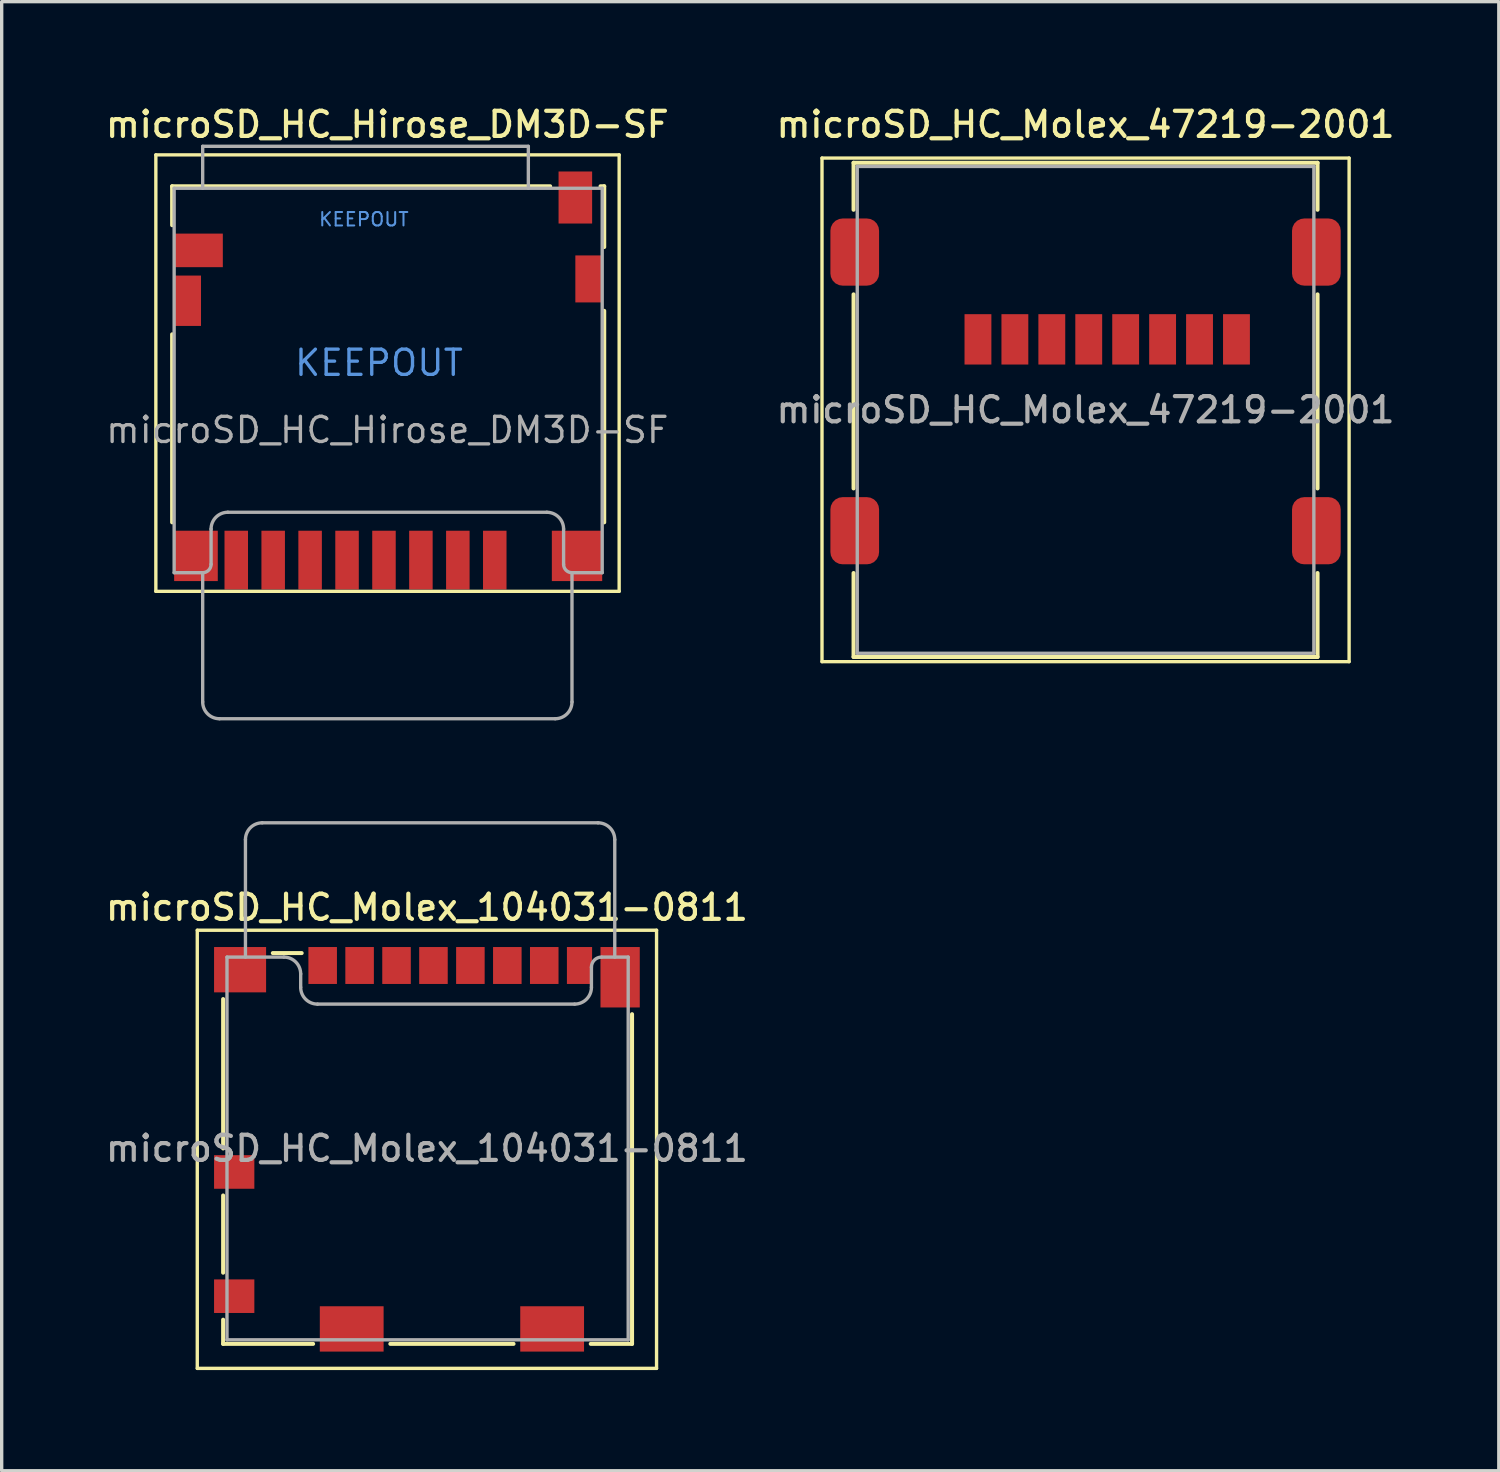
<source format=kicad_pcb>
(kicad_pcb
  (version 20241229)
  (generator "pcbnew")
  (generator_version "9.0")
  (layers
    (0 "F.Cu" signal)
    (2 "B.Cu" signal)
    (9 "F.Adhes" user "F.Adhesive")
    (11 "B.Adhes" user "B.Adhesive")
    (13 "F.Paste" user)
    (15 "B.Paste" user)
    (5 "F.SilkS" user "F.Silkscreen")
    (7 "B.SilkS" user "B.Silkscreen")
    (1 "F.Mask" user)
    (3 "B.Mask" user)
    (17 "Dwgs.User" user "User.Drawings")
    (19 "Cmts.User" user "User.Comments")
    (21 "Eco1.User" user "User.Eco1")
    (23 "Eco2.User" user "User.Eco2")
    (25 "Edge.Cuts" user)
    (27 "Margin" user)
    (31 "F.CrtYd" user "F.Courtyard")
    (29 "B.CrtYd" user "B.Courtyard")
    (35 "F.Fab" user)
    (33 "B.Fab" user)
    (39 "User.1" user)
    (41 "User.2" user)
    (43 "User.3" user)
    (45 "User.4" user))
  (footprint "microSD_HC_Hirose_DM3D-SF"
    (layer "F.Cu")
    (at 8.512 8.283)
    (property "Reference" "microSD_HC_Hirose_DM3D-SF" (at -0.025 -7.625 0) (layer "F.SilkS") (effects (font (size 0.75 0.75) (thickness 0.125))))
    (attr smd)
    (fp_line (start -6.92 -6.72) (end 6.88 -6.72) (stroke (width 0.1) (type solid)) (layer "F.SilkS"))
    (fp_line (start -6.92 6.28) (end -6.92 -6.72) (stroke (width 0.1) (type solid)) (layer "F.SilkS"))
    (fp_line (start -6.435 -5.785) (end 4.825 -5.785) (stroke (width 0.12) (type solid)) (layer "F.SilkS"))
    (fp_line (start -6.435 -4.625) (end -6.435 -5.785) (stroke (width 0.12) (type solid)) (layer "F.SilkS"))
    (fp_line (start -6.435 -1.375) (end -6.435 4.225) (stroke (width 0.12) (type solid)) (layer "F.SilkS"))
    (fp_line (start 6.325 -5.785) (end 6.435 -5.785) (stroke (width 0.12) (type solid)) (layer "F.SilkS"))
    (fp_line (start 6.435 -5.785) (end 6.435 -3.975) (stroke (width 0.12) (type solid)) (layer "F.SilkS"))
    (fp_line (start 6.435 -2.075) (end 6.435 4.225) (stroke (width 0.12) (type solid)) (layer "F.SilkS"))
    (fp_line (start 6.88 -6.72) (end 6.88 6.28) (stroke (width 0.1) (type solid)) (layer "F.SilkS"))
    (fp_line (start 6.88 6.28) (end -6.92 6.28) (stroke (width 0.1) (type solid)) (layer "F.SilkS"))
    (fp_line (start -6.375 -5.725) (end 6.375 -5.725) (stroke (width 0.1) (type solid)) (layer "F.Fab"))
    (fp_line (start -6.375 5.725) (end -6.375 -5.725) (stroke (width 0.1) (type solid)) (layer "F.Fab"))
    (fp_line (start -6.375 5.725) (end -5.525 5.725) (stroke (width 0.1) (type solid)) (layer "F.Fab"))
    (fp_line (start -5.525 -6.975) (end 4.175 -6.975) (stroke (width 0.1) (type solid)) (layer "F.Fab"))
    (fp_line (start -5.525 -5.725) (end -5.525 -6.975) (stroke (width 0.1) (type solid)) (layer "F.Fab"))
    (fp_line (start -5.525 5.725) (end -5.525 9.575) (stroke (width 0.1) (type solid)) (layer "F.Fab"))
    (fp_line (start -5.275 5.475) (end -5.275 4.425) (stroke (width 0.1) (type solid)) (layer "F.Fab"))
    (fp_line (start -5.025 10.075) (end 4.975 10.075) (stroke (width 0.1) (type solid)) (layer "F.Fab"))
    (fp_line (start -4.775 3.925) (end 4.725 3.925) (stroke (width 0.1) (type solid)) (layer "F.Fab"))
    (fp_line (start 4.175 -5.725) (end 4.175 -6.975) (stroke (width 0.1) (type solid)) (layer "F.Fab"))
    (fp_line (start 5.225 5.475) (end 5.225 4.425) (stroke (width 0.1) (type solid)) (layer "F.Fab"))
    (fp_line (start 5.475 5.725) (end 6.375 5.725) (stroke (width 0.1) (type solid)) (layer "F.Fab"))
    (fp_line (start 5.475 9.575) (end 5.475 5.725) (stroke (width 0.1) (type solid)) (layer "F.Fab"))
    (fp_line (start 6.375 5.725) (end 6.375 -5.725) (stroke (width 0.1) (type solid)) (layer "F.Fab"))
    (fp_arc (start -5.275 4.425) (mid -5.128553 4.071447) (end -4.775 3.925) (stroke (width 0.1) (type solid)) (layer "F.Fab"))
    (fp_arc (start -5.275 5.475) (mid -5.348223 5.651777) (end -5.525 5.725) (stroke (width 0.1) (type solid)) (layer "F.Fab"))
    (fp_arc (start -5.025 10.075) (mid -5.378553 9.928553) (end -5.525 9.575) (stroke (width 0.1) (type solid)) (layer "F.Fab"))
    (fp_arc (start 4.725 3.925) (mid 5.078553 4.071447) (end 5.225 4.425) (stroke (width 0.1) (type solid)) (layer "F.Fab"))
    (fp_arc (start 5.475 5.725) (mid 5.298223 5.651777) (end 5.225 5.475) (stroke (width 0.1) (type solid)) (layer "F.Fab"))
    (fp_arc (start 5.475 9.575) (mid 5.328553 9.928553) (end 4.975 10.075) (stroke (width 0.1) (type solid)) (layer "F.Fab"))
    (fp_text user "KEEPOUT" (at -0.275 -0.525 0) (layer "Cmts.User") (effects (font (size 0.75 0.75) (thickness 0.1))))
    (fp_text user "KEEPOUT" (at -0.725 -4.8 0) (layer "Cmts.User") (effects (font (size 0.4 0.4) (thickness 0.06))))
    (fp_text user "${REFERENCE}" (at -0.025 1.475 0) (layer "F.Fab") (effects (font (size 0.75 0.75) (thickness 0.1))))
    (pad "1" smd rect (at 3.175 5.35) (size 0.7 1.75) (layers "F.Cu" "F.Mask" "F.Paste"))
    (pad "2" smd rect (at 2.075 5.35) (size 0.7 1.75) (layers "F.Cu" "F.Mask" "F.Paste"))
    (pad "3" smd rect (at 0.975 5.35) (size 0.7 1.75) (layers "F.Cu" "F.Mask" "F.Paste"))
    (pad "4" smd rect (at -0.125 5.35) (size 0.7 1.75) (layers "F.Cu" "F.Mask" "F.Paste"))
    (pad "5" smd rect (at -1.225 5.35) (size 0.7 1.75) (layers "F.Cu" "F.Mask" "F.Paste"))
    (pad "6" smd rect (at -2.325 5.35) (size 0.7 1.75) (layers "F.Cu" "F.Mask" "F.Paste"))
    (pad "7" smd rect (at -3.425 5.35) (size 0.7 1.75) (layers "F.Cu" "F.Mask" "F.Paste"))
    (pad "8" smd rect (at -4.525 5.35) (size 0.7 1.75) (layers "F.Cu" "F.Mask" "F.Paste"))
    (pad "9" smd rect (at -5.65 -3.875) (size 1.45 1) (layers "F.Cu" "F.Mask" "F.Paste"))
    (pad "10" smd rect (at 5.575 -5.45) (size 1 1.55) (layers "F.Cu" "F.Mask" "F.Paste"))
    (pad "11" smd rect (at -5.975 -2.375) (size 0.8 1.5) (layers "F.Cu" "F.Mask" "F.Paste"))
    (pad "11" smd rect (at -5.725 5.225) (size 1.3 1.5) (layers "F.Cu" "F.Mask" "F.Paste"))
    (pad "11" smd rect (at 5.625 5.225) (size 1.5 1.5) (layers "F.Cu" "F.Mask" "F.Paste"))
    (pad "11" smd rect (at 5.975 -3.025) (size 0.8 1.4) (layers "F.Cu" "F.Mask" "F.Paste"))
    (zone (net_name "") (layer "F.Cu") (hatch full 0.508) (connect_pads) (min_thickness 0.254) (filled_areas_thickness no) (keepout (tracks not_allowed) (vias not_allowed) (pads not_allowed) (copperpour not_allowed) (footprints not_allowed)) (placement (enabled no)) (fill) (polygon (pts (xy 3.587 6.758) (xy 12.088 6.758) (xy 12.088 8.758) (xy 3.587 8.758))))
    (zone (net_name "") (layer "F.Cu") (hatch full 0.508) (connect_pads) (min_thickness 0.254) (filled_areas_thickness no) (keepout (tracks not_allowed) (vias not_allowed) (pads not_allowed) (copperpour not_allowed) (footprints not_allowed)) (placement (enabled no)) (fill) (polygon (pts (xy 6.537 4.408) (xy 9.037 4.408) (xy 9.037 2.558) (xy 6.537 2.558)))))
  (footprint "microSD_HC_Molex_104031-0811"
    (layer "F.Cu")
    (at 9.666 31.158)
    (property "Reference" "microSD_HC_Molex_104031-0811" (at 0 -7.18 0) (layer "F.SilkS") (effects (font (size 0.75 0.75) (thickness 0.125))))
    (attr smd)
    (fp_line (start -6.84 -6.5) (end 6.84 -6.5) (stroke (width 0.1) (type solid)) (layer "F.SilkS"))
    (fp_line (start -6.84 6.55) (end -6.84 -6.5) (stroke (width 0.1) (type solid)) (layer "F.SilkS"))
    (fp_line (start -6.07 -4.45) (end -6.07 0) (stroke (width 0.12) (type solid)) (layer "F.SilkS"))
    (fp_line (start -6.07 1.4) (end -6.07 3.7) (stroke (width 0.12) (type solid)) (layer "F.SilkS"))
    (fp_line (start -6.07 5.1) (end -6.07 5.82) (stroke (width 0.12) (type solid)) (layer "F.SilkS"))
    (fp_line (start -6.07 5.82) (end -3.39 5.82) (stroke (width 0.12) (type solid)) (layer "F.SilkS"))
    (fp_line (start -4.59 -5.82) (end -3.73 -5.82) (stroke (width 0.12) (type solid)) (layer "F.SilkS"))
    (fp_line (start -1.09 5.82) (end 2.58 5.82) (stroke (width 0.12) (type solid)) (layer "F.SilkS"))
    (fp_line (start 4.88 5.82) (end 6.11 5.82) (stroke (width 0.12) (type solid)) (layer "F.SilkS"))
    (fp_line (start 6.11 5.82) (end 6.11 -4) (stroke (width 0.12) (type solid)) (layer "F.SilkS"))
    (fp_line (start 6.84 -6.5) (end 6.84 6.55) (stroke (width 0.1) (type solid)) (layer "F.SilkS"))
    (fp_line (start 6.84 6.55) (end -6.84 6.55) (stroke (width 0.1) (type solid)) (layer "F.SilkS"))
    (fp_line (start -5.955 -5.7) (end -5.955 5.7) (stroke (width 0.1) (type solid)) (layer "F.Fab"))
    (fp_line (start -5.955 -5.7) (end -4.26 -5.7) (stroke (width 0.1) (type solid)) (layer "F.Fab"))
    (fp_line (start -5.405 -9.2) (end -5.405 -5.7) (stroke (width 0.1) (type solid)) (layer "F.Fab"))
    (fp_line (start -4.905 -9.7) (end 5.095 -9.7) (stroke (width 0.1) (type solid)) (layer "F.Fab"))
    (fp_line (start -3.76 -4.8) (end -3.76 -5.2) (stroke (width 0.1) (type solid)) (layer "F.Fab"))
    (fp_line (start 4.4 -4.3) (end -3.26 -4.3) (stroke (width 0.1) (type solid)) (layer "F.Fab"))
    (fp_line (start 4.9 -5.4) (end 4.9 -4.8) (stroke (width 0.1) (type solid)) (layer "F.Fab"))
    (fp_line (start 5.595 -5.7) (end 5.595 -9.2) (stroke (width 0.1) (type solid)) (layer "F.Fab"))
    (fp_line (start 5.995 -5.7) (end 5.21 -5.7) (stroke (width 0.1) (type solid)) (layer "F.Fab"))
    (fp_line (start 5.995 5.7) (end -5.955 5.7) (stroke (width 0.1) (type solid)) (layer "F.Fab"))
    (fp_line (start 5.995 5.7) (end 5.995 -5.7) (stroke (width 0.1) (type solid)) (layer "F.Fab"))
    (fp_arc (start -5.405 -9.2) (mid -5.258553 -9.553553) (end -4.905 -9.7) (stroke (width 0.1) (type solid)) (layer "F.Fab"))
    (fp_arc (start -4.26 -5.7) (mid -3.906447 -5.553553) (end -3.76 -5.2) (stroke (width 0.1) (type solid)) (layer "F.Fab"))
    (fp_arc (start -3.26 -4.3) (mid -3.613553 -4.446447) (end -3.76 -4.8) (stroke (width 0.1) (type solid)) (layer "F.Fab"))
    (fp_arc (start 4.9 -5.4) (mid 4.987868 -5.612132) (end 5.2 -5.7) (stroke (width 0.1) (type solid)) (layer "F.Fab"))
    (fp_arc (start 4.9 -4.8) (mid 4.753553 -4.446447) (end 4.4 -4.3) (stroke (width 0.1) (type solid)) (layer "F.Fab"))
    (fp_arc (start 5.095 -9.7) (mid 5.448553 -9.553553) (end 5.595 -9.2) (stroke (width 0.1) (type solid)) (layer "F.Fab"))
    (fp_text user "${REFERENCE}" (at 0 0 0) (layer "F.Fab") (effects (font (size 0.75 0.75) (thickness 0.125))))
    (pad "1" smd rect (at -3.105 -5.45) (size 0.85 1.1) (layers "F.Cu" "F.Mask" "F.Paste"))
    (pad "2" smd rect (at -2.005 -5.45) (size 0.85 1.1) (layers "F.Cu" "F.Mask" "F.Paste"))
    (pad "3" smd rect (at -0.905 -5.45) (size 0.85 1.1) (layers "F.Cu" "F.Mask" "F.Paste"))
    (pad "4" smd rect (at 0.195 -5.45) (size 0.85 1.1) (layers "F.Cu" "F.Mask" "F.Paste"))
    (pad "5" smd rect (at 1.295 -5.45) (size 0.85 1.1) (layers "F.Cu" "F.Mask" "F.Paste"))
    (pad "6" smd rect (at 2.395 -5.45) (size 0.85 1.1) (layers "F.Cu" "F.Mask" "F.Paste"))
    (pad "7" smd rect (at 3.495 -5.45) (size 0.85 1.1) (layers "F.Cu" "F.Mask" "F.Paste"))
    (pad "8" smd rect (at 4.545 -5.45) (size 0.75 1.1) (layers "F.Cu" "F.Mask" "F.Paste"))
    (pad "9" smd rect (at -5.74 0.7) (size 1.2 1) (layers "F.Cu" "F.Mask" "F.Paste"))
    (pad "10" smd rect (at -5.74 4.4) (size 1.2 1) (layers "F.Cu" "F.Mask" "F.Paste"))
    (pad "11" smd rect (at -5.565 -5.325) (size 1.55 1.35) (layers "F.Cu" "F.Mask" "F.Paste"))
    (pad "11" smd rect (at -2.24 5.375) (size 1.9 1.35) (layers "F.Cu" "F.Mask" "F.Paste"))
    (pad "11" smd rect (at 3.73 5.375) (size 1.9 1.35) (layers "F.Cu" "F.Mask" "F.Paste"))
    (pad "11" smd rect (at 5.755 -5.1) (size 1.17 1.8) (layers "F.Cu" "F.Mask" "F.Paste")))
  (footprint "microSD_HC_Molex_47219-2001"
    (layer "F.Cu")
    (at 29.284 9.158)
    (property "Reference" "microSD_HC_Molex_47219-2001" (at 0 -8.5 0) (unlocked yes) (layer "F.SilkS") (effects (font (size 0.75 0.75) (thickness 0.125))))
    (attr smd)
    (fp_line (start -7.85 -7.5) (end -7.85 7.5) (stroke (width 0.1) (type solid)) (layer "F.SilkS"))
    (fp_line (start -7.85 -7.5) (end 7.85 -7.5) (stroke (width 0.1) (type solid)) (layer "F.SilkS"))
    (fp_line (start -7.85 7.5) (end 7.85 7.5) (stroke (width 0.1) (type solid)) (layer "F.SilkS"))
    (fp_line (start -6.91 -7.36) (end -6.91 -5.96) (stroke (width 0.12) (type solid)) (layer "F.SilkS"))
    (fp_line (start -6.91 -7.36) (end 6.91 -7.36) (stroke (width 0.12) (type solid)) (layer "F.SilkS"))
    (fp_line (start -6.91 2.34) (end -6.91 -3.44) (stroke (width 0.12) (type solid)) (layer "F.SilkS"))
    (fp_line (start -6.91 4.86) (end -6.91 7.36) (stroke (width 0.12) (type solid)) (layer "F.SilkS"))
    (fp_line (start -6.91 7.36) (end 6.91 7.36) (stroke (width 0.12) (type solid)) (layer "F.SilkS"))
    (fp_line (start 6.91 -7.36) (end 6.91 -5.96) (stroke (width 0.12) (type solid)) (layer "F.SilkS"))
    (fp_line (start 6.91 -3.44) (end 6.91 2.34) (stroke (width 0.12) (type solid)) (layer "F.SilkS"))
    (fp_line (start 6.91 4.86) (end 6.91 7.36) (stroke (width 0.12) (type solid)) (layer "F.SilkS"))
    (fp_line (start 7.85 -7.5) (end 7.85 7.5) (stroke (width 0.1) (type solid)) (layer "F.SilkS"))
    (fp_line (start -6.8 -7.25) (end 6.8 -7.25) (stroke (width 0.1) (type solid)) (layer "F.Fab"))
    (fp_line (start -6.8 7.25) (end -6.8 -7.25) (stroke (width 0.1) (type solid)) (layer "F.Fab"))
    (fp_line (start -6.8 7.25) (end 6.8 7.25) (stroke (width 0.1) (type solid)) (layer "F.Fab"))
    (fp_line (start 6.8 -7.25) (end 6.8 7.25) (stroke (width 0.1) (type solid)) (layer "F.Fab"))
    (fp_text user "${REFERENCE}" (at 0 0 0) (unlocked yes) (layer "F.Fab") (effects (font (size 0.75 0.75) (thickness 0.125))))
    (pad "1" smd rect (at -3.205 -2.1) (size 0.8 1.5) (layers "F.Cu" "F.Mask" "F.Paste"))
    (pad "2" smd rect (at -2.105 -2.1) (size 0.8 1.5) (layers "F.Cu" "F.Mask" "F.Paste"))
    (pad "3" smd rect (at -1.005 -2.1) (size 0.8 1.5) (layers "F.Cu" "F.Mask" "F.Paste"))
    (pad "4" smd rect (at 0.095 -2.1) (size 0.8 1.5) (layers "F.Cu" "F.Mask" "F.Paste"))
    (pad "5" smd rect (at 1.195 -2.1) (size 0.8 1.5) (layers "F.Cu" "F.Mask" "F.Paste"))
    (pad "6" smd rect (at 2.295 -2.1) (size 0.8 1.5) (layers "F.Cu" "F.Mask" "F.Paste"))
    (pad "7" smd rect (at 3.395 -2.1) (size 0.8 1.5) (layers "F.Cu" "F.Mask" "F.Paste"))
    (pad "8" smd rect (at 4.495 -2.1) (size 0.8 1.5) (layers "F.Cu" "F.Mask" "F.Paste"))
    (pad "9" smd roundrect (at -6.875 -4.7) (size 1.45 2) (layers "F.Cu" "F.Mask" "F.Paste") (roundrect_rratio 0.25))
    (pad "9" smd roundrect (at -6.875 3.6) (size 1.45 2) (layers "F.Cu" "F.Mask" "F.Paste") (roundrect_rratio 0.25))
    (pad "9" smd roundrect (at 6.875 -4.7) (size 1.45 2) (layers "F.Cu" "F.Mask" "F.Paste") (roundrect_rratio 0.25))
    (pad "9" smd roundrect (at 6.875 3.6) (size 1.45 2) (layers "F.Cu" "F.Mask" "F.Paste") (roundrect_rratio 0.25)))
  (gr_rect
    (start -3 -3)
    (end 41.593 40.758)
    (stroke (width 0.1) (type default))
    (fill no)
    (layer "Edge.Cuts")))
</source>
